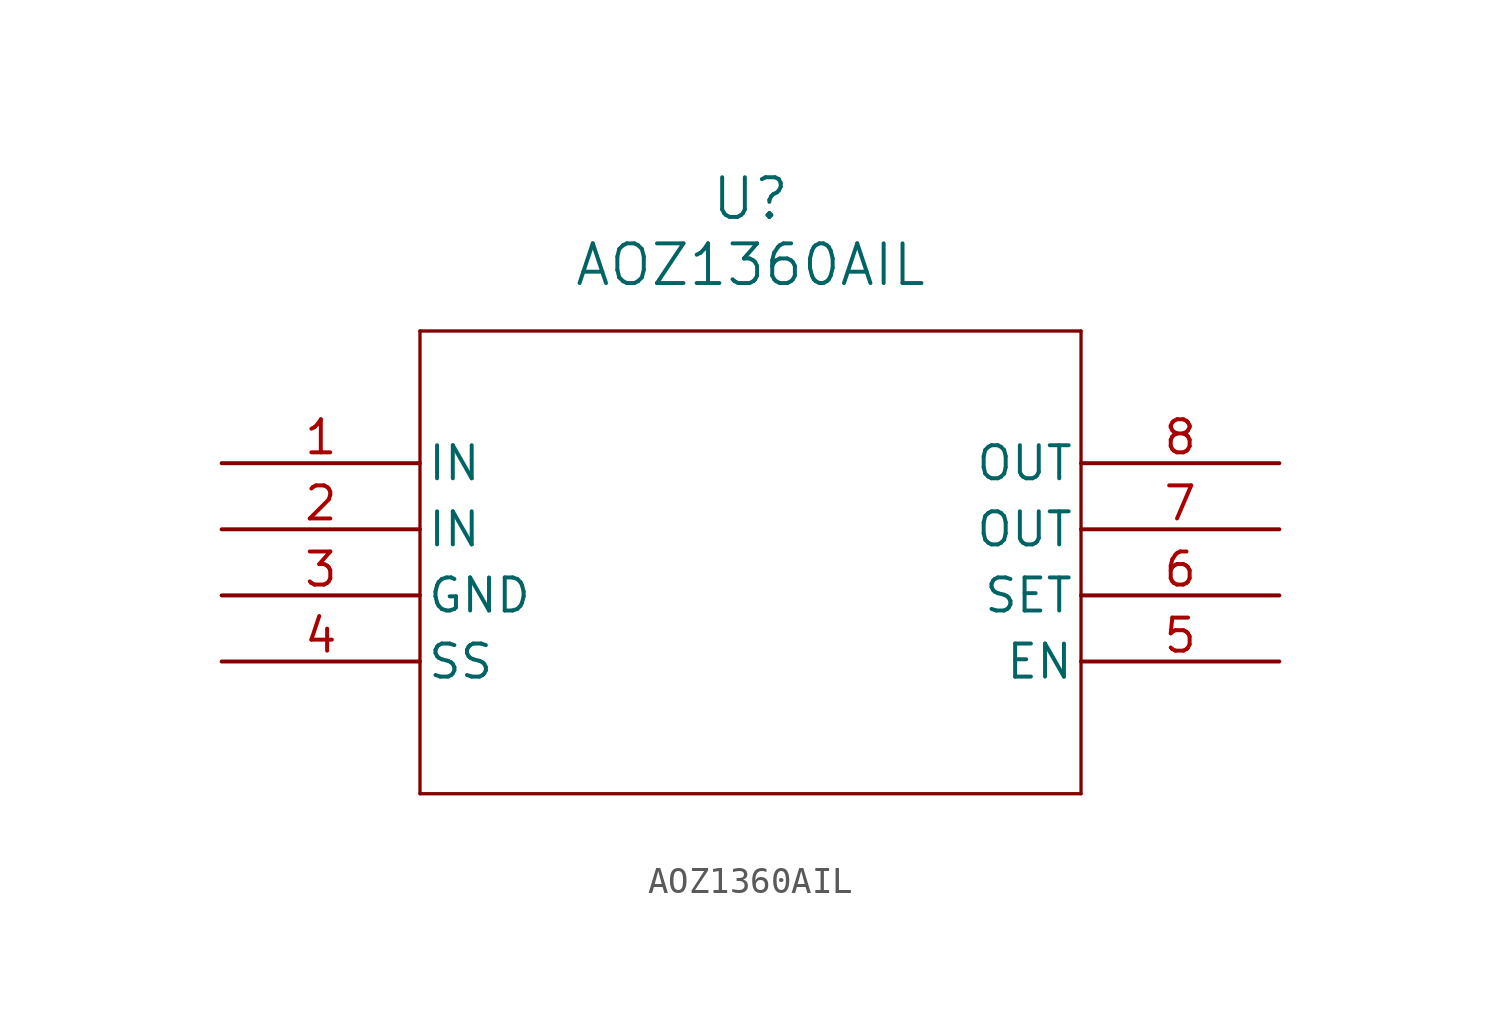
<source format=kicad_sym>
(kicad_symbol_lib
  (version 20211014)
  (generator kicad_symbol_editor)
  (symbol "AOZ1360AIL"
    (pin_names
      (offset 0.254))
    (property "Reference" "U"
      (at 20.32 10.16 0)
      (effects (font (size 1.524 1.524))))
    (property "Value" "AOZ1360AIL"
      (at 20.32 7.62 0)
      (effects (font (size 1.524 1.524))))
    (symbol "AOZ1360AIL_0_1"
      (polyline (pts (xy 7.62 5.08) (xy 7.62 -12.7)) (stroke (width 0.127) (type default) (color 0 0 0 0)) (fill (type none)))
      (polyline (pts (xy 7.62 -12.7) (xy 33.02 -12.7)) (stroke (width 0.127) (type default) (color 0 0 0 0)) (fill (type none)))
      (polyline (pts (xy 33.02 -12.7) (xy 33.02 5.08)) (stroke (width 0.127) (type default) (color 0 0 0 0)) (fill (type none)))
      (polyline (pts (xy 33.02 5.08) (xy 7.62 5.08)) (stroke (width 0.127) (type default) (color 0 0 0 0)) (fill (type none)))
      (pin input line (at 0 0 0) (length 7.62) (name "IN" (effects (font (size 1.27 1.27)))) (number "1" (effects (font (size 1.27 1.27)))))
      (pin input line (at 0 -2.54 0) (length 7.62) (name "IN" (effects (font (size 1.27 1.27)))) (number "2" (effects (font (size 1.27 1.27)))))
      (pin power_out line (at 0 -5.08 0) (length 7.62) (name "GND" (effects (font (size 1.27 1.27)))) (number "3" (effects (font (size 1.27 1.27)))))
      (pin unspecified line (at 0 -7.62 0) (length 7.62) (name "SS" (effects (font (size 1.27 1.27)))) (number "4" (effects (font (size 1.27 1.27)))))
      (pin unspecified line (at 40.64 -7.62 180) (length 7.62) (name "EN" (effects (font (size 1.27 1.27)))) (number "5" (effects (font (size 1.27 1.27)))))
      (pin unspecified line (at 40.64 -5.08 180) (length 7.62) (name "SET" (effects (font (size 1.27 1.27)))) (number "6" (effects (font (size 1.27 1.27)))))
      (pin output line (at 40.64 -2.54 180) (length 7.62) (name "OUT" (effects (font (size 1.27 1.27)))) (number "7" (effects (font (size 1.27 1.27)))))
      (pin output line (at 40.64 0 180) (length 7.62) (name "OUT" (effects (font (size 1.27 1.27)))) (number "8" (effects (font (size 1.27 1.27))))))))
</source>
